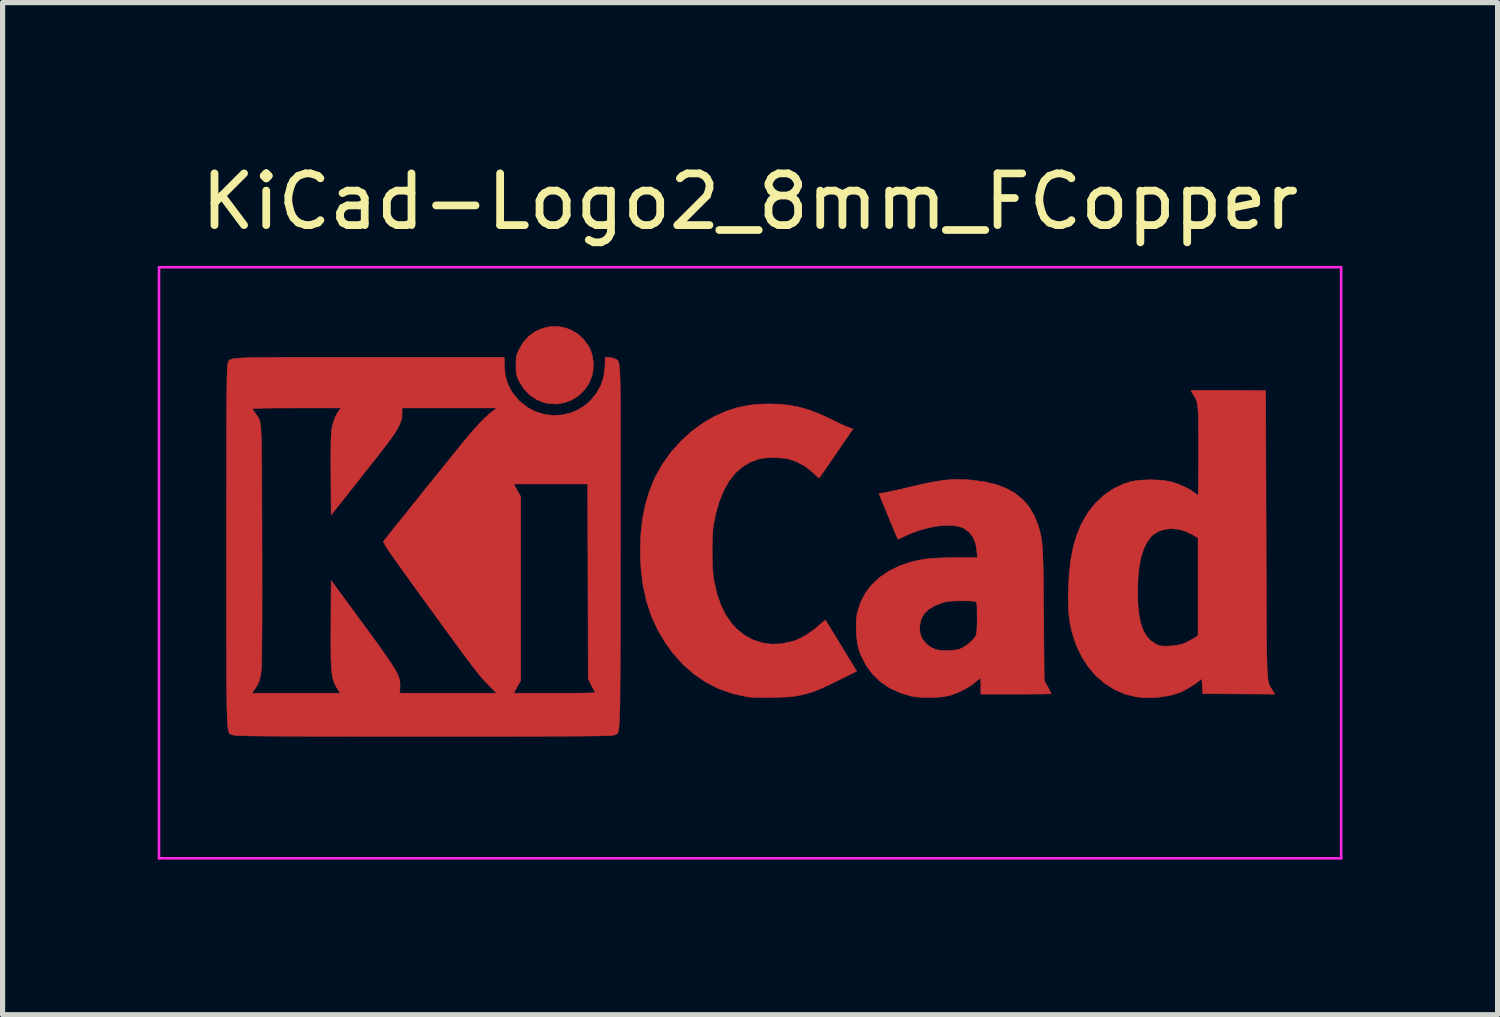
<source format=kicad_pcb>
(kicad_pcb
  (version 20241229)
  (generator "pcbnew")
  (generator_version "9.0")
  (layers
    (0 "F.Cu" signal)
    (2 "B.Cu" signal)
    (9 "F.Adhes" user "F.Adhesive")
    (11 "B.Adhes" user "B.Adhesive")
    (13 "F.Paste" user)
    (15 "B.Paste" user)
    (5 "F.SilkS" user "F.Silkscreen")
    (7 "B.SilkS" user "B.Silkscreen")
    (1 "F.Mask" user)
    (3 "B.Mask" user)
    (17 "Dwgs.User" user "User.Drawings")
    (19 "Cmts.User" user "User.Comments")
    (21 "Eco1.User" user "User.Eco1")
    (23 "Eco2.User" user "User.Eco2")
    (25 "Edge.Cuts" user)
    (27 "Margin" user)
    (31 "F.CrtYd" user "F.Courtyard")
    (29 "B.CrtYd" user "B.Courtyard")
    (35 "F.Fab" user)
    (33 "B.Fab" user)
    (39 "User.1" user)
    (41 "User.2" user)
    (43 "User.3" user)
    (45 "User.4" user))
  (footprint "KiCad-Logo2_8mm_FCopper"
    (layer "F.Cu")
    (at 11.455 7.198)
    (property "Reference" "KiCad-Logo2_8mm_FCopper" (at 0 -6.35 0) (layer "F.SilkS") (effects (font (size 1 1) (thickness 0.15))))
    (attr exclude_from_pos_files exclude_from_bom)
    (fp_poly (pts (xy -3.602 -3.916) (xy -3.466 -3.869) (xy -3.339 -3.794) (xy -3.226 -3.693) (xy -3.13 -3.564) (xy -3.087 -3.483) (xy -3.05 -3.37) (xy -3.032 -3.239) (xy -3.034 -3.105) (xy -3.056 -2.983) (xy -3.117 -2.834) (xy -3.205 -2.705) (xy -3.315 -2.598) (xy -3.444 -2.516) (xy -3.587 -2.461) (xy -3.739 -2.436) (xy -3.896 -2.444) (xy -3.973 -2.46) (xy -4.124 -2.519) (xy -4.258 -2.608) (xy -4.372 -2.726) (xy -4.463 -2.869) (xy -4.47 -2.885) (xy -4.497 -2.943) (xy -4.513 -2.993) (xy -4.522 -3.045) (xy -4.526 -3.111) (xy -4.527 -3.184) (xy -4.526 -3.271) (xy -4.521 -3.334) (xy -4.511 -3.385) (xy -4.492 -3.436) (xy -4.469 -3.487) (xy -4.384 -3.63) (xy -4.279 -3.745) (xy -4.158 -3.834) (xy -4.026 -3.895) (xy -3.886 -3.929) (xy -3.744 -3.936) (xy -3.602 -3.916)) (stroke (width 0.01) (type solid)) (fill yes) (layer "F.Cu"))
    (fp_poly (pts (xy 0.581 -2.431) (xy 0.777 -2.409) (xy 0.967 -2.371) (xy 1.158 -2.314) (xy 1.358 -2.236) (xy 1.576 -2.135) (xy 1.615 -2.115) (xy 1.705 -2.071) (xy 1.79 -2.031) (xy 1.861 -1.999) (xy 1.91 -1.979) (xy 1.918 -1.977) (xy 1.991 -1.955) (xy 1.665 -1.481) (xy 1.585 -1.365) (xy 1.512 -1.259) (xy 1.449 -1.167) (xy 1.397 -1.092) (xy 1.359 -1.038) (xy 1.339 -1.008) (xy 1.335 -1.003) (xy 1.322 -1.013) (xy 1.288 -1.043) (xy 1.24 -1.087) (xy 1.214 -1.112) (xy 1.065 -1.231) (xy 0.897 -1.321) (xy 0.753 -1.37) (xy 0.666 -1.386) (xy 0.558 -1.395) (xy 0.44 -1.398) (xy 0.326 -1.395) (xy 0.229 -1.385) (xy 0.19 -1.378) (xy 0.015 -1.317) (xy -0.143 -1.225) (xy -0.284 -1.102) (xy -0.407 -0.947) (xy -0.512 -0.76) (xy -0.599 -0.543) (xy -0.669 -0.294) (xy -0.71 -0.082) (xy -0.721 0.012) (xy -0.728 0.134) (xy -0.732 0.273) (xy -0.733 0.423) (xy -0.73 0.575) (xy -0.725 0.718) (xy -0.716 0.846) (xy -0.704 0.949) (xy -0.702 0.964) (xy -0.646 1.22) (xy -0.569 1.445) (xy -0.472 1.643) (xy -0.353 1.813) (xy -0.269 1.905) (xy -0.117 2.03) (xy 0.049 2.123) (xy 0.227 2.182) (xy 0.414 2.209) (xy 0.607 2.201) (xy 0.803 2.16) (xy 0.92 2.119) (xy 1.08 2.037) (xy 1.246 1.92) (xy 1.339 1.84) (xy 1.391 1.794) (xy 1.432 1.761) (xy 1.455 1.745) (xy 1.458 1.744) (xy 1.469 1.761) (xy 1.496 1.804) (xy 1.537 1.872) (xy 1.59 1.959) (xy 1.653 2.062) (xy 1.723 2.177) (xy 1.762 2.241) (xy 2.061 2.732) (xy 1.688 2.916) (xy 1.553 2.982) (xy 1.444 3.034) (xy 1.354 3.075) (xy 1.276 3.107) (xy 1.203 3.133) (xy 1.13 3.155) (xy 1.049 3.176) (xy 0.971 3.195) (xy 0.901 3.209) (xy 0.829 3.22) (xy 0.746 3.228) (xy 0.645 3.233) (xy 0.52 3.237) (xy 0.435 3.239) (xy 0.315 3.24) (xy 0.199 3.239) (xy 0.096 3.237) (xy 0.013 3.234) (xy -0.042 3.229) (xy -0.045 3.228) (xy -0.33 3.167) (xy -0.598 3.073) (xy -0.848 2.948) (xy -1.08 2.791) (xy -1.295 2.602) (xy -1.492 2.382) (xy -1.635 2.186) (xy -1.787 1.93) (xy -1.91 1.659) (xy -2.005 1.372) (xy -2.071 1.066) (xy -2.11 0.74) (xy -2.122 0.408) (xy -2.112 0.087) (xy -2.08 -0.209) (xy -2.026 -0.486) (xy -1.948 -0.747) (xy -1.845 -0.999) (xy -1.833 -1.025) (xy -1.697 -1.268) (xy -1.531 -1.5) (xy -1.338 -1.716) (xy -1.125 -1.91) (xy -0.894 -2.077) (xy -0.679 -2.2) (xy -0.462 -2.297) (xy -0.244 -2.366) (xy -0.018 -2.412) (xy 0.226 -2.434) (xy 0.372 -2.437) (xy 0.581 -2.431)) (stroke (width 0.01) (type solid)) (fill yes) (layer "F.Cu"))
    (fp_poly (pts (xy 9.042 -2.7) (xy 9.196 -2.699) (xy 9.248 -2.699) (xy 9.97 -2.694) (xy 9.979 0.073) (xy 9.98 0.448) (xy 9.981 0.788) (xy 9.982 1.096) (xy 9.983 1.373) (xy 9.984 1.621) (xy 9.985 1.841) (xy 9.986 2.036) (xy 9.988 2.206) (xy 9.99 2.354) (xy 9.993 2.482) (xy 9.996 2.592) (xy 9.999 2.684) (xy 10.003 2.761) (xy 10.008 2.825) (xy 10.013 2.877) (xy 10.02 2.92) (xy 10.027 2.954) (xy 10.035 2.982) (xy 10.044 3.005) (xy 10.055 3.026) (xy 10.066 3.045) (xy 10.079 3.066) (xy 10.093 3.089) (xy 10.096 3.093) (xy 10.144 3.175) (xy 8.754 3.166) (xy 8.745 3.013) (xy 8.74 2.94) (xy 8.735 2.898) (xy 8.728 2.881) (xy 8.717 2.884) (xy 8.709 2.894) (xy 8.67 2.929) (xy 8.608 2.975) (xy 8.531 3.025) (xy 8.447 3.074) (xy 8.365 3.117) (xy 8.302 3.145) (xy 8.155 3.192) (xy 7.986 3.225) (xy 7.808 3.243) (xy 7.633 3.245) (xy 7.474 3.229) (xy 7.472 3.229) (xy 7.254 3.174) (xy 7.05 3.087) (xy 6.863 2.97) (xy 6.693 2.824) (xy 6.542 2.651) (xy 6.414 2.453) (xy 6.309 2.232) (xy 6.252 2.068) (xy 6.215 1.931) (xy 6.187 1.799) (xy 6.168 1.663) (xy 6.157 1.514) (xy 6.153 1.347) (xy 6.155 1.209) (xy 7.493 1.209) (xy 7.5 1.439) (xy 7.52 1.637) (xy 7.554 1.805) (xy 7.603 1.943) (xy 7.668 2.055) (xy 7.748 2.142) (xy 7.842 2.204) (xy 7.89 2.227) (xy 7.932 2.24) (xy 7.979 2.247) (xy 8.042 2.247) (xy 8.11 2.245) (xy 8.243 2.233) (xy 8.349 2.21) (xy 8.382 2.198) (xy 8.458 2.164) (xy 8.538 2.121) (xy 8.572 2.1) (xy 8.663 2.041) (xy 8.663 0.155) (xy 8.563 0.095) (xy 8.424 0.027) (xy 8.282 -0.013) (xy 8.142 -0.025) (xy 8.009 -0.011) (xy 7.889 0.031) (xy 7.787 0.099) (xy 7.754 0.131) (xy 7.675 0.239) (xy 7.61 0.368) (xy 7.561 0.523) (xy 7.525 0.704) (xy 7.503 0.915) (xy 7.494 1.157) (xy 7.493 1.209) (xy 6.155 1.209) (xy 6.155 1.152) (xy 6.171 0.854) (xy 6.201 0.584) (xy 6.248 0.34) (xy 6.312 0.118) (xy 6.394 -0.087) (xy 6.424 -0.148) (xy 6.542 -0.347) (xy 6.684 -0.523) (xy 6.848 -0.674) (xy 7.029 -0.798) (xy 7.225 -0.891) (xy 7.343 -0.929) (xy 7.458 -0.952) (xy 7.597 -0.965) (xy 7.748 -0.97) (xy 7.898 -0.965) (xy 8.038 -0.951) (xy 8.15 -0.928) (xy 8.283 -0.885) (xy 8.412 -0.829) (xy 8.525 -0.767) (xy 8.585 -0.725) (xy 8.627 -0.693) (xy 8.656 -0.674) (xy 8.662 -0.671) (xy 8.664 -0.689) (xy 8.666 -0.739) (xy 8.668 -0.819) (xy 8.669 -0.924) (xy 8.671 -1.051) (xy 8.672 -1.197) (xy 8.672 -1.357) (xy 8.672 -1.521) (xy 8.672 -1.731) (xy 8.672 -1.908) (xy 8.67 -2.055) (xy 8.668 -2.176) (xy 8.665 -2.274) (xy 8.659 -2.353) (xy 8.652 -2.416) (xy 8.643 -2.467) (xy 8.631 -2.508) (xy 8.616 -2.543) (xy 8.598 -2.576) (xy 8.577 -2.61) (xy 8.574 -2.614) (xy 8.546 -2.658) (xy 8.529 -2.688) (xy 8.527 -2.694) (xy 8.545 -2.696) (xy 8.595 -2.698) (xy 8.673 -2.699) (xy 8.776 -2.7) (xy 8.9 -2.7) (xy 9.042 -2.7)) (stroke (width 0.01) (type solid)) (fill yes) (layer "F.Cu"))
    (fp_poly (pts (xy 4.186 -0.972) (xy 4.276 -0.965) (xy 4.533 -0.931) (xy 4.76 -0.877) (xy 4.96 -0.801) (xy 5.132 -0.703) (xy 5.278 -0.583) (xy 5.4 -0.44) (xy 5.497 -0.272) (xy 5.568 -0.091) (xy 5.586 -0.033) (xy 5.602 0.021) (xy 5.615 0.075) (xy 5.627 0.13) (xy 5.637 0.191) (xy 5.645 0.26) (xy 5.652 0.339) (xy 5.657 0.433) (xy 5.662 0.543) (xy 5.666 0.672) (xy 5.669 0.825) (xy 5.671 1.003) (xy 5.674 1.209) (xy 5.676 1.447) (xy 5.677 1.633) (xy 5.688 2.912) (xy 5.756 3.035) (xy 5.788 3.094) (xy 5.812 3.14) (xy 5.823 3.165) (xy 5.824 3.167) (xy 5.806 3.168) (xy 5.757 3.17) (xy 5.678 3.172) (xy 5.576 3.173) (xy 5.453 3.174) (xy 5.314 3.175) (xy 5.162 3.175) (xy 5.144 3.175) (xy 4.463 3.175) (xy 4.463 3.021) (xy 4.462 2.951) (xy 4.459 2.898) (xy 4.454 2.869) (xy 4.452 2.867) (xy 4.434 2.878) (xy 4.397 2.907) (xy 4.349 2.948) (xy 4.348 2.949) (xy 4.26 3.014) (xy 4.149 3.08) (xy 4.028 3.139) (xy 3.908 3.186) (xy 3.855 3.202) (xy 3.751 3.222) (xy 3.622 3.235) (xy 3.481 3.241) (xy 3.34 3.239) (xy 3.211 3.228) (xy 3.121 3.214) (xy 2.899 3.148) (xy 2.699 3.056) (xy 2.522 2.936) (xy 2.371 2.791) (xy 2.245 2.622) (xy 2.147 2.43) (xy 2.104 2.313) (xy 2.078 2.2) (xy 2.06 2.064) (xy 2.052 1.917) (xy 2.052 1.896) (xy 3.279 1.896) (xy 3.289 2.005) (xy 3.323 2.095) (xy 3.386 2.179) (xy 3.41 2.204) (xy 3.496 2.27) (xy 3.594 2.313) (xy 3.713 2.333) (xy 3.837 2.335) (xy 3.956 2.325) (xy 4.046 2.305) (xy 4.086 2.29) (xy 4.156 2.25) (xy 4.232 2.194) (xy 4.3 2.131) (xy 4.351 2.07) (xy 4.365 2.047) (xy 4.375 2.016) (xy 4.383 1.967) (xy 4.388 1.894) (xy 4.39 1.793) (xy 4.391 1.697) (xy 4.39 1.585) (xy 4.389 1.504) (xy 4.386 1.449) (xy 4.381 1.414) (xy 4.373 1.394) (xy 4.362 1.384) (xy 4.359 1.383) (xy 4.33 1.378) (xy 4.272 1.374) (xy 4.193 1.371) (xy 4.102 1.37) (xy 4.082 1.37) (xy 3.96 1.372) (xy 3.866 1.378) (xy 3.791 1.388) (xy 3.729 1.404) (xy 3.575 1.462) (xy 3.455 1.533) (xy 3.367 1.619) (xy 3.309 1.721) (xy 3.282 1.839) (xy 3.279 1.896) (xy 2.052 1.896) (xy 2.054 1.774) (xy 2.066 1.645) (xy 2.076 1.592) (xy 2.137 1.399) (xy 2.23 1.221) (xy 2.353 1.06) (xy 2.504 0.918) (xy 2.682 0.797) (xy 2.885 0.698) (xy 3.057 0.638) (xy 3.172 0.606) (xy 3.282 0.581) (xy 3.395 0.563) (xy 3.516 0.55) (xy 3.654 0.542) (xy 3.816 0.538) (xy 3.962 0.536) (xy 4.395 0.535) (xy 4.386 0.405) (xy 4.363 0.264) (xy 4.313 0.143) (xy 4.238 0.044) (xy 4.141 -0.029) (xy 4.056 -0.064) (xy 3.934 -0.086) (xy 3.789 -0.09) (xy 3.627 -0.075) (xy 3.455 -0.043) (xy 3.281 0.004) (xy 3.111 0.065) (xy 2.987 0.121) (xy 2.928 0.15) (xy 2.882 0.17) (xy 2.859 0.178) (xy 2.858 0.178) (xy 2.85 0.16) (xy 2.83 0.114) (xy 2.8 0.042) (xy 2.762 -0.049) (xy 2.717 -0.156) (xy 2.672 -0.265) (xy 2.492 -0.703) (xy 2.62 -0.724) (xy 2.676 -0.735) (xy 2.76 -0.753) (xy 2.864 -0.776) (xy 2.982 -0.803) (xy 3.107 -0.833) (xy 3.157 -0.845) (xy 3.372 -0.895) (xy 3.56 -0.932) (xy 3.728 -0.958) (xy 3.884 -0.973) (xy 4.034 -0.977) (xy 4.186 -0.972)) (stroke (width 0.01) (type solid)) (fill yes) (layer "F.Cu"))
    (fp_poly (pts (xy -7.87 -3.338) (xy -7.521 -3.338) (xy -7.358 -3.338) (xy -4.753 -3.338) (xy -4.753 -3.185) (xy -4.737 -2.998) (xy -4.688 -2.826) (xy -4.605 -2.667) (xy -4.488 -2.52) (xy -4.448 -2.481) (xy -4.306 -2.369) (xy -4.149 -2.287) (xy -3.982 -2.236) (xy -3.81 -2.214) (xy -3.637 -2.224) (xy -3.468 -2.263) (xy -3.308 -2.332) (xy -3.162 -2.432) (xy -3.096 -2.492) (xy -2.973 -2.639) (xy -2.883 -2.801) (xy -2.827 -2.976) (xy -2.805 -3.161) (xy -2.804 -3.18) (xy -2.803 -3.338) (xy -2.733 -3.338) (xy -2.671 -3.33) (xy -2.615 -3.309) (xy -2.611 -3.307) (xy -2.598 -3.301) (xy -2.587 -3.296) (xy -2.576 -3.29) (xy -2.566 -3.284) (xy -2.557 -3.274) (xy -2.549 -3.26) (xy -2.542 -3.239) (xy -2.536 -3.211) (xy -2.53 -3.174) (xy -2.525 -3.127) (xy -2.521 -3.067) (xy -2.517 -2.994) (xy -2.514 -2.906) (xy -2.512 -2.801) (xy -2.51 -2.678) (xy -2.508 -2.535) (xy -2.507 -2.372) (xy -2.506 -2.186) (xy -2.506 -1.976) (xy -2.506 -1.74) (xy -2.506 -1.477) (xy -2.506 -1.185) (xy -2.506 -0.864) (xy -2.507 -0.511) (xy -2.507 -0.124) (xy -2.508 0.297) (xy -2.508 0.348) (xy -2.509 0.771) (xy -2.509 1.16) (xy -2.509 1.516) (xy -2.51 1.839) (xy -2.51 2.133) (xy -2.511 2.398) (xy -2.512 2.635) (xy -2.513 2.847) (xy -2.514 3.034) (xy -2.516 3.199) (xy -2.517 3.342) (xy -2.52 3.466) (xy -2.523 3.571) (xy -2.526 3.66) (xy -2.53 3.733) (xy -2.534 3.793) (xy -2.539 3.84) (xy -2.545 3.877) (xy -2.551 3.904) (xy -2.558 3.924) (xy -2.566 3.937) (xy -2.575 3.946) (xy -2.585 3.951) (xy -2.596 3.955) (xy -2.608 3.958) (xy -2.621 3.963) (xy -2.624 3.964) (xy -2.634 3.967) (xy -2.651 3.97) (xy -2.676 3.973) (xy -2.71 3.976) (xy -2.756 3.978) (xy -2.814 3.98) (xy -2.886 3.982) (xy -2.973 3.983) (xy -3.078 3.985) (xy -3.201 3.986) (xy -3.343 3.987) (xy -3.507 3.988) (xy -3.694 3.989) (xy -3.905 3.989) (xy -4.141 3.99) (xy -4.405 3.99) (xy -4.697 3.991) (xy -5.019 3.991) (xy -5.373 3.991) (xy -5.759 3.991) (xy -6.18 3.991) (xy -6.316 3.991) (xy -6.747 3.991) (xy -7.142 3.991) (xy -7.504 3.991) (xy -7.835 3.99) (xy -8.134 3.99) (xy -8.405 3.99) (xy -8.649 3.989) (xy -8.866 3.989) (xy -9.059 3.988) (xy -9.229 3.987) (xy -9.378 3.986) (xy -9.506 3.985) (xy -9.616 3.983) (xy -9.709 3.982) (xy -9.786 3.98) (xy -9.848 3.978) (xy -9.899 3.976) (xy -9.937 3.974) (xy -9.967 3.971) (xy -9.987 3.968) (xy -10.001 3.965) (xy -10.009 3.962) (xy -10.023 3.956) (xy -10.035 3.952) (xy -10.046 3.948) (xy -10.057 3.942) (xy -10.066 3.934) (xy -10.075 3.92) (xy -10.082 3.901) (xy -10.089 3.874) (xy -10.095 3.839) (xy -10.101 3.793) (xy -10.105 3.734) (xy -10.109 3.663) (xy -10.112 3.576) (xy -10.115 3.473) (xy -10.118 3.352) (xy -10.119 3.211) (xy -10.12 3.157) (xy -9.636 3.157) (xy -7.924 3.157) (xy -7.957 3.107) (xy -7.99 3.056) (xy -8.018 3.007) (xy -8.041 2.957) (xy -8.06 2.903) (xy -8.075 2.841) (xy -8.086 2.768) (xy -8.095 2.68) (xy -8.101 2.574) (xy -8.105 2.447) (xy -8.106 2.294) (xy -8.107 2.114) (xy -8.106 1.902) (xy -8.106 1.823) (xy -8.101 0.978) (xy -7.566 1.707) (xy -7.414 1.913) (xy -7.283 2.093) (xy -7.17 2.249) (xy -7.075 2.383) (xy -6.996 2.497) (xy -6.931 2.594) (xy -6.88 2.676) (xy -6.84 2.746) (xy -6.811 2.806) (xy -6.791 2.858) (xy -6.778 2.905) (xy -6.771 2.949) (xy -6.769 2.992) (xy -6.77 3.038) (xy -6.77 3.043) (xy -6.776 3.157) (xy -4.901 3.157) (xy -5.04 3.016) (xy -5.078 2.978) (xy -5.114 2.94) (xy -5.15 2.902) (xy -5.186 2.86) (xy -5.226 2.814) (xy -5.27 2.76) (xy -5.32 2.696) (xy -5.377 2.622) (xy -5.443 2.534) (xy -5.521 2.43) (xy -5.61 2.309) (xy -5.713 2.169) (xy -5.832 2.006) (xy -5.967 1.82) (xy -6.121 1.609) (xy -6.247 1.435) (xy -6.406 1.217) (xy -6.544 1.026) (xy -6.663 0.86) (xy -6.765 0.719) (xy -6.85 0.599) (xy -6.92 0.5) (xy -6.976 0.419) (xy -7.019 0.355) (xy -7.051 0.305) (xy -7.072 0.269) (xy -7.085 0.243) (xy -7.09 0.227) (xy -7.088 0.218) (xy -7.071 0.196) (xy -7.032 0.148) (xy -6.976 0.077) (xy -6.904 -0.013) (xy -6.818 -0.12) (xy -6.721 -0.241) (xy -6.615 -0.373) (xy -6.502 -0.514) (xy -6.385 -0.659) (xy -6.266 -0.808) (xy -6.2 -0.889) (xy -4.571 -0.889) (xy -4.504 -0.767) (xy -4.436 -0.644) (xy -4.436 2.912) (xy -4.504 3.034) (xy -4.571 3.157) (xy -3.771 3.157) (xy -3.579 3.157) (xy -3.422 3.157) (xy -3.294 3.156) (xy -3.193 3.155) (xy -3.117 3.153) (xy -3.062 3.151) (xy -3.025 3.148) (xy -3.004 3.144) (xy -2.994 3.139) (xy -2.993 3.132) (xy -2.999 3.125) (xy -2.999 3.125) (xy -3.022 3.092) (xy -3.052 3.038) (xy -3.079 2.984) (xy -3.13 2.876) (xy -3.135 0.993) (xy -3.14 -0.889) (xy -4.571 -0.889) (xy -6.2 -0.889) (xy -6.147 -0.955) (xy -6.03 -1.1) (xy -5.918 -1.238) (xy -5.814 -1.368) (xy -5.719 -1.486) (xy -5.635 -1.589) (xy -5.566 -1.675) (xy -5.512 -1.74) (xy -5.481 -1.778) (xy -5.36 -1.92) (xy -5.244 -2.049) (xy -5.136 -2.159) (xy -5.04 -2.247) (xy -4.973 -2.301) (xy -4.893 -2.359) (xy -6.729 -2.359) (xy -6.729 -2.251) (xy -6.734 -2.172) (xy -6.753 -2.098) (xy -6.783 -2.029) (xy -6.802 -1.989) (xy -6.823 -1.95) (xy -6.847 -1.909) (xy -6.877 -1.863) (xy -6.914 -1.81) (xy -6.959 -1.746) (xy -7.016 -1.67) (xy -7.086 -1.579) (xy -7.17 -1.47) (xy -7.271 -1.341) (xy -7.391 -1.189) (xy -7.532 -1.011) (xy -7.547 -0.991) (xy -8.101 -0.291) (xy -8.106 -1.066) (xy -8.107 -1.299) (xy -8.107 -1.495) (xy -8.105 -1.657) (xy -8.103 -1.784) (xy -8.098 -1.878) (xy -8.093 -1.938) (xy -8.091 -1.95) (xy -8.061 -2.071) (xy -8.023 -2.18) (xy -7.979 -2.267) (xy -7.953 -2.304) (xy -7.907 -2.359) (xy -8.772 -2.359) (xy -8.978 -2.358) (xy -9.15 -2.358) (xy -9.291 -2.357) (xy -9.404 -2.355) (xy -9.49 -2.353) (xy -9.553 -2.35) (xy -9.594 -2.347) (xy -9.616 -2.342) (xy -9.623 -2.337) (xy -9.622 -2.336) (xy -9.604 -2.308) (xy -9.573 -2.264) (xy -9.558 -2.242) (xy -9.541 -2.22) (xy -9.526 -2.2) (xy -9.513 -2.181) (xy -9.502 -2.16) (xy -9.491 -2.135) (xy -9.482 -2.106) (xy -9.475 -2.068) (xy -9.468 -2.022) (xy -9.462 -1.964) (xy -9.457 -1.893) (xy -9.453 -1.806) (xy -9.45 -1.703) (xy -9.447 -1.58) (xy -9.445 -1.436) (xy -9.444 -1.27) (xy -9.443 -1.078) (xy -9.442 -0.86) (xy -9.441 -0.613) (xy -9.44 -0.335) (xy -9.439 -0.024) (xy -9.439 0.261) (xy -9.438 0.579) (xy -9.438 0.883) (xy -9.437 1.17) (xy -9.438 1.439) (xy -9.438 1.687) (xy -9.439 1.913) (xy -9.44 2.114) (xy -9.442 2.289) (xy -9.443 2.436) (xy -9.445 2.553) (xy -9.447 2.638) (xy -9.45 2.689) (xy -9.45 2.694) (xy -9.466 2.818) (xy -9.491 2.917) (xy -9.529 3.003) (xy -9.585 3.089) (xy -9.591 3.098) (xy -9.636 3.157) (xy -10.12 3.157) (xy -10.121 3.049) (xy -10.122 2.865) (xy -10.123 2.657) (xy -10.123 2.423) (xy -10.124 2.162) (xy -10.124 1.873) (xy -10.124 1.554) (xy -10.124 1.203) (xy -10.124 0.82) (xy -10.124 0.401) (xy -10.124 0.318) (xy -10.124 -0.104) (xy -10.124 -0.492) (xy -10.123 -0.847) (xy -10.123 -1.169) (xy -10.123 -1.462) (xy -10.123 -1.725) (xy -10.122 -1.961) (xy -10.121 -2.172) (xy -10.121 -2.357) (xy -10.12 -2.521) (xy -10.119 -2.662) (xy -10.117 -2.784) (xy -10.116 -2.887) (xy -10.114 -2.974) (xy -10.112 -3.045) (xy -10.11 -3.102) (xy -10.108 -3.146) (xy -10.105 -3.18) (xy -10.103 -3.204) (xy -10.1 -3.22) (xy -10.096 -3.23) (xy -10.096 -3.23) (xy -10.089 -3.245) (xy -10.084 -3.258) (xy -10.077 -3.27) (xy -10.069 -3.281) (xy -10.056 -3.29) (xy -10.037 -3.299) (xy -10.011 -3.306) (xy -9.976 -3.313) (xy -9.929 -3.318) (xy -9.87 -3.323) (xy -9.796 -3.327) (xy -9.705 -3.33) (xy -9.597 -3.332) (xy -9.469 -3.334) (xy -9.319 -3.336) (xy -9.146 -3.337) (xy -8.948 -3.338) (xy -8.723 -3.338) (xy -8.47 -3.338) (xy -8.186 -3.338) (xy -7.87 -3.338)) (stroke (width 0.01) (type solid)) (fill yes) (layer "F.Cu"))
    (fp_line (start -11.43 -5.08) (end 11.43 -5.08) (stroke (width 0.05) (type solid)) (layer "F.CrtYd"))
    (fp_line (start -11.43 6.35) (end -11.43 -5.08) (stroke (width 0.05) (type solid)) (layer "F.CrtYd"))
    (fp_line (start 11.43 -5.08) (end 11.43 6.35) (stroke (width 0.05) (type solid)) (layer "F.CrtYd"))
    (fp_line (start 11.43 6.35) (end -11.43 6.35) (stroke (width 0.05) (type solid)) (layer "F.CrtYd")))
  (gr_rect
    (start -3 -3)
    (end 25.91 16.573)
    (stroke (width 0.1) (type default))
    (fill no)
    (layer "Edge.Cuts")))
</source>
